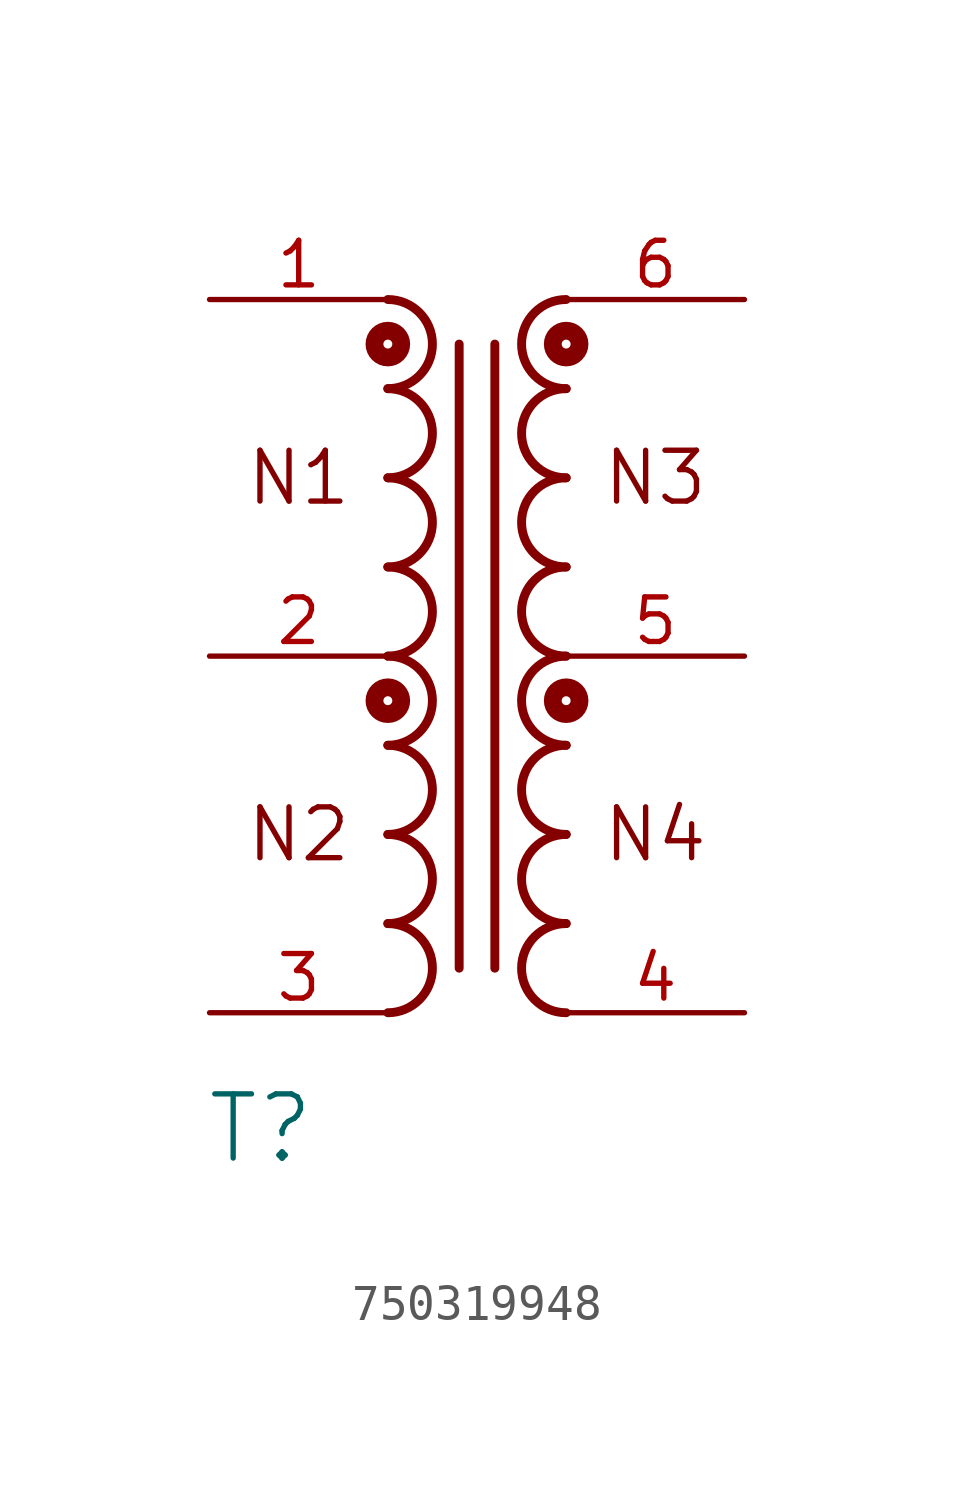
<source format=kicad_sym>
(kicad_symbol_lib
  (version 20231120)
  (generator "kicad_symbol_editor")
  (generator_version "8.0")
  (symbol "750319948"
    (property "Reference" "T"
      (at 1.457 -23.622 0)
      (effects (font (size 1.829 1.829))))
    (symbol "750319948_1_0"
      (polyline (pts (xy 7.112 -1.27) (xy 7.112 -19.05)) (stroke (width 0.254) (type solid)) (fill (type none)))
      (polyline (pts (xy 8.128 -1.27) (xy 8.128 -19.05)) (stroke (width 0.254) (type solid)) (fill (type none)))
      (arc (start 5.08 -20.32) (mid 6.35 -19.05) (end 5.08 -17.78) (stroke (width 0.254) (type solid)) (fill (type none)))
      (arc (start 5.08 -17.78) (mid 6.35 -16.51) (end 5.08 -15.24) (stroke (width 0.254) (type solid)) (fill (type none)))
      (arc (start 5.08 -15.24) (mid 6.35 -13.97) (end 5.08 -12.7) (stroke (width 0.254) (type solid)) (fill (type none)))
      (arc (start 5.08 -12.7) (mid 6.35 -11.43) (end 5.08 -10.16) (stroke (width 0.254) (type solid)) (fill (type none)))
      (circle (center 5.08 -11.43) (radius 0.127) (stroke (width 0.508) (type solid)) (fill (type none)))
      (arc (start 5.08 -10.16) (mid 6.35 -8.89) (end 5.08 -7.62) (stroke (width 0.254) (type solid)) (fill (type none)))
      (arc (start 5.08 -7.62) (mid 6.35 -6.35) (end 5.08 -5.08) (stroke (width 0.254) (type solid)) (fill (type none)))
      (arc (start 5.08 -5.08) (mid 6.35 -3.81) (end 5.08 -2.54) (stroke (width 0.254) (type solid)) (fill (type none)))
      (arc (start 5.08 -2.54) (mid 6.35 -1.27) (end 5.08 0) (stroke (width 0.254) (type solid)) (fill (type none)))
      (circle (center 5.08 -1.27) (radius 0.127) (stroke (width 0.508) (type solid)) (fill (type none)))
      (arc (start 10.16 -17.78) (mid 8.89 -19.05) (end 10.16 -20.32) (stroke (width 0.254) (type solid)) (fill (type none)))
      (arc (start 10.16 -15.24) (mid 8.89 -16.51) (end 10.16 -17.78) (stroke (width 0.254) (type solid)) (fill (type none)))
      (arc (start 10.16 -12.7) (mid 8.89 -13.97) (end 10.16 -15.24) (stroke (width 0.254) (type solid)) (fill (type none)))
      (circle (center 10.16 -11.43) (radius 0.127) (stroke (width 0.508) (type solid)) (fill (type none)))
      (arc (start 10.16 -10.16) (mid 8.89 -11.43) (end 10.16 -12.7) (stroke (width 0.254) (type solid)) (fill (type none)))
      (arc (start 10.16 -7.62) (mid 8.89 -8.89) (end 10.16 -10.16) (stroke (width 0.254) (type solid)) (fill (type none)))
      (arc (start 10.16 -5.08) (mid 8.89 -6.35) (end 10.16 -7.62) (stroke (width 0.254) (type solid)) (fill (type none)))
      (arc (start 10.16 -2.54) (mid 8.89 -3.81) (end 10.16 -5.08) (stroke (width 0.254) (type solid)) (fill (type none)))
      (circle (center 10.16 -1.27) (radius 0.127) (stroke (width 0.508) (type solid)) (fill (type none)))
      (arc (start 10.16 0) (mid 8.89 -1.27) (end 10.16 -2.54) (stroke (width 0.254) (type solid)) (fill (type none)))
      (text "N1" (at 2.54 -5.08 0) (effects (font (size 1.448 1.448))))
      (text "N2" (at 2.54 -15.24 0) (effects (font (size 1.448 1.448))))
      (text "N3" (at 12.7 -5.08 0) (effects (font (size 1.448 1.448))))
      (text "N4" (at 12.7 -15.24 0) (effects (font (size 1.448 1.448))))
      (pin passive line (at 0 0 0) (length 5.08) (name "1" (effects (font (size 0 0)))) (number "1" (effects (font (size 1.27 1.27)))))
      (pin passive line (at 0 -10.16 0) (length 5.08) (name "2" (effects (font (size 0 0)))) (number "2" (effects (font (size 1.27 1.27)))))
      (pin passive line (at 0 -20.32 0) (length 5.08) (name "3" (effects (font (size 0 0)))) (number "3" (effects (font (size 1.27 1.27)))))
      (pin passive line (at 15.24 -20.32 180) (length 5.08) (name "4" (effects (font (size 0 0)))) (number "4" (effects (font (size 1.27 1.27)))))
      (pin passive line (at 15.24 -10.16 180) (length 5.08) (name "5" (effects (font (size 0 0)))) (number "5" (effects (font (size 1.27 1.27)))))
      (pin passive line (at 15.24 0 180) (length 5.08) (name "6" (effects (font (size 0 0)))) (number "6" (effects (font (size 1.27 1.27))))))))
</source>
